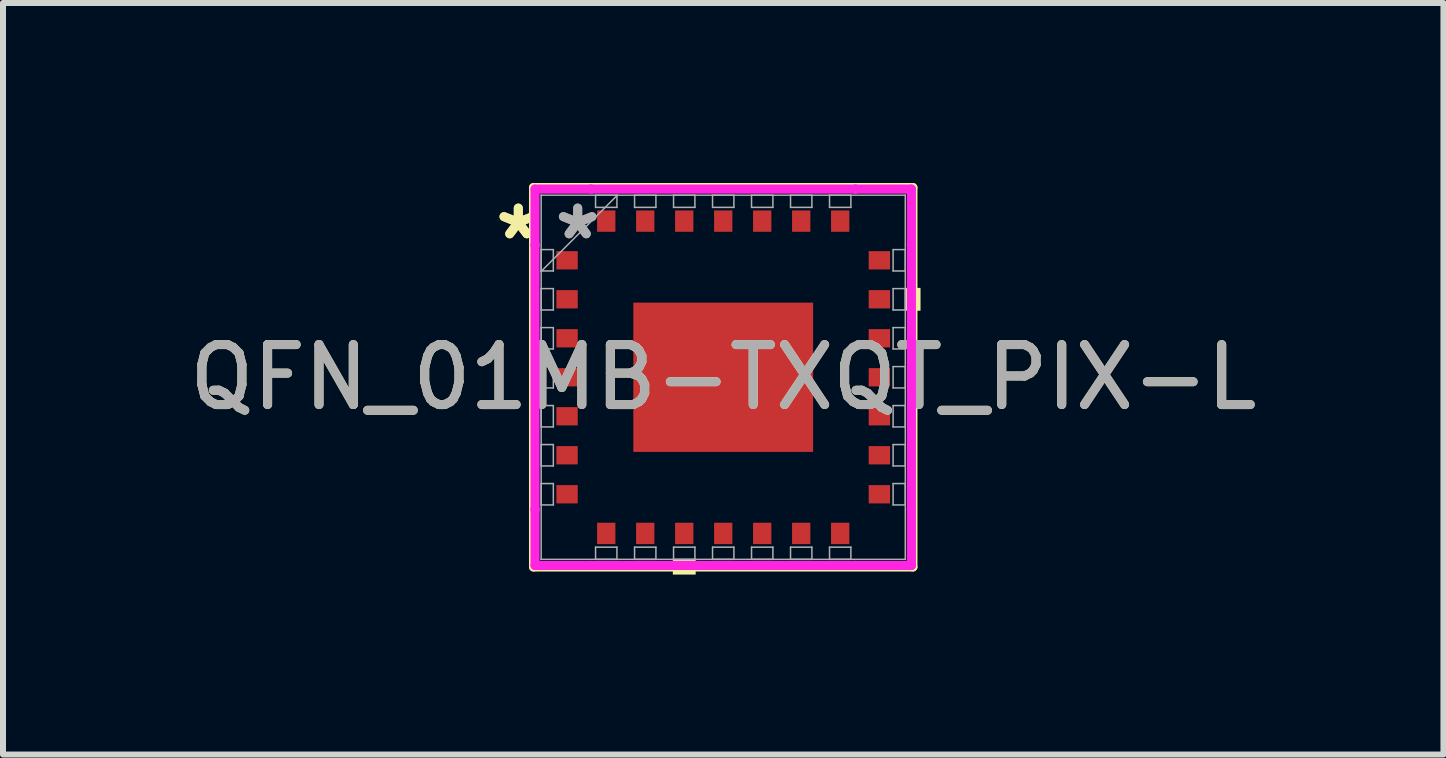
<source format=kicad_pcb>
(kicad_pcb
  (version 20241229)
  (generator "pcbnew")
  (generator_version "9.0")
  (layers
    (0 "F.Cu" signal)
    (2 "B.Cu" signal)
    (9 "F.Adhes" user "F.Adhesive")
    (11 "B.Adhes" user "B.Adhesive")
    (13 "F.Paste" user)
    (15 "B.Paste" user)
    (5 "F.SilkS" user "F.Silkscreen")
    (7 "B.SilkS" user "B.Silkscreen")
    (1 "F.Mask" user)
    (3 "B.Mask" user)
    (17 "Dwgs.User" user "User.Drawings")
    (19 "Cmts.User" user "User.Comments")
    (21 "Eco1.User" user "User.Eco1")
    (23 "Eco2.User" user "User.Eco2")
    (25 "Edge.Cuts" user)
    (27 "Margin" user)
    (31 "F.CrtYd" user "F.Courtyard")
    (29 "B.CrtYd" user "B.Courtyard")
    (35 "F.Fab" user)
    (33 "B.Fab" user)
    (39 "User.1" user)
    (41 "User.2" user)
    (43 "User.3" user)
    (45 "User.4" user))
  (footprint "QFN_01MB-TXQT_PIX-L"
    (layer "F.Cu")
    (at 9.006 3.239)
    (property "Reference" "QFN_01MB-TXQT_PIX-L" (at 0 0 0) (unlocked yes) (layer "F.SilkS") (effects (font (size 1 1) (thickness 0.15))))
    (attr smd)
    (fp_line (start -3.162 -3.162) (end -3.162 3.162) (stroke (width 0.152) (type solid)) (layer "F.SilkS"))
    (fp_line (start -3.162 3.162) (end 3.162 3.162) (stroke (width 0.152) (type solid)) (layer "F.SilkS"))
    (fp_line (start 3.162 -3.162) (end -3.162 -3.162) (stroke (width 0.152) (type solid)) (layer "F.SilkS"))
    (fp_line (start 3.162 3.162) (end 3.162 -3.162) (stroke (width 0.152) (type solid)) (layer "F.SilkS"))
    (fp_poly (pts (xy -0.84 3.035) (xy -0.84 3.289) (xy -0.459 3.289) (xy -0.459 3.035)) (stroke (width 0) (type solid)) (fill yes) (layer "F.SilkS"))
    (fp_poly (pts (xy 3.289 -1.49) (xy 3.289 -1.109) (xy 3.035 -1.109) (xy 3.035 -1.49)) (stroke (width 0) (type solid)) (fill yes) (layer "F.SilkS"))
    (fp_line (start -3.137 -3.137) (end -2.204 -3.137) (stroke (width 0.152) (type solid)) (layer "F.CrtYd"))
    (fp_line (start -3.137 -2.204) (end -3.137 -3.137) (stroke (width 0.152) (type solid)) (layer "F.CrtYd"))
    (fp_line (start -3.137 -2.204) (end -3.137 -2.204) (stroke (width 0.152) (type solid)) (layer "F.CrtYd"))
    (fp_line (start -3.137 2.204) (end -3.137 -2.204) (stroke (width 0.152) (type solid)) (layer "F.CrtYd"))
    (fp_line (start -3.137 2.204) (end -3.137 2.204) (stroke (width 0.152) (type solid)) (layer "F.CrtYd"))
    (fp_line (start -3.137 3.137) (end -3.137 2.204) (stroke (width 0.152) (type solid)) (layer "F.CrtYd"))
    (fp_line (start -2.204 -3.137) (end -2.204 -3.137) (stroke (width 0.152) (type solid)) (layer "F.CrtYd"))
    (fp_line (start -2.204 -3.137) (end 2.204 -3.137) (stroke (width 0.152) (type solid)) (layer "F.CrtYd"))
    (fp_line (start -2.204 3.137) (end -3.137 3.137) (stroke (width 0.152) (type solid)) (layer "F.CrtYd"))
    (fp_line (start -2.204 3.137) (end -2.204 3.137) (stroke (width 0.152) (type solid)) (layer "F.CrtYd"))
    (fp_line (start 2.204 -3.137) (end 2.204 -3.137) (stroke (width 0.152) (type solid)) (layer "F.CrtYd"))
    (fp_line (start 2.204 -3.137) (end 3.137 -3.137) (stroke (width 0.152) (type solid)) (layer "F.CrtYd"))
    (fp_line (start 2.204 3.137) (end -2.204 3.137) (stroke (width 0.152) (type solid)) (layer "F.CrtYd"))
    (fp_line (start 2.204 3.137) (end 2.204 3.137) (stroke (width 0.152) (type solid)) (layer "F.CrtYd"))
    (fp_line (start 3.137 -3.137) (end 3.137 -2.204) (stroke (width 0.152) (type solid)) (layer "F.CrtYd"))
    (fp_line (start 3.137 -2.204) (end 3.137 -2.204) (stroke (width 0.152) (type solid)) (layer "F.CrtYd"))
    (fp_line (start 3.137 -2.204) (end 3.137 2.204) (stroke (width 0.152) (type solid)) (layer "F.CrtYd"))
    (fp_line (start 3.137 2.204) (end 3.137 2.204) (stroke (width 0.152) (type solid)) (layer "F.CrtYd"))
    (fp_line (start 3.137 2.204) (end 3.137 3.137) (stroke (width 0.152) (type solid)) (layer "F.CrtYd"))
    (fp_line (start 3.137 3.137) (end 2.204 3.137) (stroke (width 0.152) (type solid)) (layer "F.CrtYd"))
    (fp_line (start -3.035 -3.035) (end -3.035 -3.035) (stroke (width 0.025) (type solid)) (layer "F.Fab"))
    (fp_line (start -3.035 -3.035) (end -3.035 3.035) (stroke (width 0.025) (type solid)) (layer "F.Fab"))
    (fp_line (start -3.035 -2.128) (end -2.832 -2.128) (stroke (width 0.025) (type solid)) (layer "F.Fab"))
    (fp_line (start -3.035 -1.772) (end -3.035 -2.128) (stroke (width 0.025) (type solid)) (layer "F.Fab"))
    (fp_line (start -3.035 -1.765) (end -1.765 -3.035) (stroke (width 0.025) (type solid)) (layer "F.Fab"))
    (fp_line (start -3.035 -1.478) (end -2.832 -1.478) (stroke (width 0.025) (type solid)) (layer "F.Fab"))
    (fp_line (start -3.035 -1.122) (end -3.035 -1.478) (stroke (width 0.025) (type solid)) (layer "F.Fab"))
    (fp_line (start -3.035 -0.828) (end -2.832 -0.828) (stroke (width 0.025) (type solid)) (layer "F.Fab"))
    (fp_line (start -3.035 -0.472) (end -3.035 -0.828) (stroke (width 0.025) (type solid)) (layer "F.Fab"))
    (fp_line (start -3.035 -0.178) (end -2.832 -0.178) (stroke (width 0.025) (type solid)) (layer "F.Fab"))
    (fp_line (start -3.035 0.178) (end -3.035 -0.178) (stroke (width 0.025) (type solid)) (layer "F.Fab"))
    (fp_line (start -3.035 0.472) (end -2.832 0.472) (stroke (width 0.025) (type solid)) (layer "F.Fab"))
    (fp_line (start -3.035 0.828) (end -3.035 0.472) (stroke (width 0.025) (type solid)) (layer "F.Fab"))
    (fp_line (start -3.035 1.122) (end -2.832 1.122) (stroke (width 0.025) (type solid)) (layer "F.Fab"))
    (fp_line (start -3.035 1.478) (end -3.035 1.122) (stroke (width 0.025) (type solid)) (layer "F.Fab"))
    (fp_line (start -3.035 1.772) (end -2.832 1.772) (stroke (width 0.025) (type solid)) (layer "F.Fab"))
    (fp_line (start -3.035 2.128) (end -3.035 1.772) (stroke (width 0.025) (type solid)) (layer "F.Fab"))
    (fp_line (start -3.035 3.035) (end -3.035 3.035) (stroke (width 0.025) (type solid)) (layer "F.Fab"))
    (fp_line (start -3.035 3.035) (end 3.035 3.035) (stroke (width 0.025) (type solid)) (layer "F.Fab"))
    (fp_line (start -2.832 -2.128) (end -2.832 -1.772) (stroke (width 0.025) (type solid)) (layer "F.Fab"))
    (fp_line (start -2.832 -1.772) (end -3.035 -1.772) (stroke (width 0.025) (type solid)) (layer "F.Fab"))
    (fp_line (start -2.832 -1.478) (end -2.832 -1.122) (stroke (width 0.025) (type solid)) (layer "F.Fab"))
    (fp_line (start -2.832 -1.122) (end -3.035 -1.122) (stroke (width 0.025) (type solid)) (layer "F.Fab"))
    (fp_line (start -2.832 -0.828) (end -2.832 -0.472) (stroke (width 0.025) (type solid)) (layer "F.Fab"))
    (fp_line (start -2.832 -0.472) (end -3.035 -0.472) (stroke (width 0.025) (type solid)) (layer "F.Fab"))
    (fp_line (start -2.832 -0.178) (end -2.832 0.178) (stroke (width 0.025) (type solid)) (layer "F.Fab"))
    (fp_line (start -2.832 0.178) (end -3.035 0.178) (stroke (width 0.025) (type solid)) (layer "F.Fab"))
    (fp_line (start -2.832 0.472) (end -2.832 0.828) (stroke (width 0.025) (type solid)) (layer "F.Fab"))
    (fp_line (start -2.832 0.828) (end -3.035 0.828) (stroke (width 0.025) (type solid)) (layer "F.Fab"))
    (fp_line (start -2.832 1.122) (end -2.832 1.478) (stroke (width 0.025) (type solid)) (layer "F.Fab"))
    (fp_line (start -2.832 1.478) (end -3.035 1.478) (stroke (width 0.025) (type solid)) (layer "F.Fab"))
    (fp_line (start -2.832 1.772) (end -2.832 2.128) (stroke (width 0.025) (type solid)) (layer "F.Fab"))
    (fp_line (start -2.832 2.128) (end -3.035 2.128) (stroke (width 0.025) (type solid)) (layer "F.Fab"))
    (fp_line (start -2.128 -3.035) (end -1.772 -3.035) (stroke (width 0.025) (type solid)) (layer "F.Fab"))
    (fp_line (start -2.128 -2.832) (end -2.128 -3.035) (stroke (width 0.025) (type solid)) (layer "F.Fab"))
    (fp_line (start -2.128 2.832) (end -1.772 2.832) (stroke (width 0.025) (type solid)) (layer "F.Fab"))
    (fp_line (start -2.128 3.035) (end -2.128 2.832) (stroke (width 0.025) (type solid)) (layer "F.Fab"))
    (fp_line (start -1.772 -3.035) (end -1.772 -2.832) (stroke (width 0.025) (type solid)) (layer "F.Fab"))
    (fp_line (start -1.772 -2.832) (end -2.128 -2.832) (stroke (width 0.025) (type solid)) (layer "F.Fab"))
    (fp_line (start -1.772 2.832) (end -1.772 3.035) (stroke (width 0.025) (type solid)) (layer "F.Fab"))
    (fp_line (start -1.772 3.035) (end -2.128 3.035) (stroke (width 0.025) (type solid)) (layer "F.Fab"))
    (fp_line (start -1.478 -3.035) (end -1.122 -3.035) (stroke (width 0.025) (type solid)) (layer "F.Fab"))
    (fp_line (start -1.478 -2.832) (end -1.478 -3.035) (stroke (width 0.025) (type solid)) (layer "F.Fab"))
    (fp_line (start -1.478 2.832) (end -1.122 2.832) (stroke (width 0.025) (type solid)) (layer "F.Fab"))
    (fp_line (start -1.478 3.035) (end -1.478 2.832) (stroke (width 0.025) (type solid)) (layer "F.Fab"))
    (fp_line (start -1.122 -3.035) (end -1.122 -2.832) (stroke (width 0.025) (type solid)) (layer "F.Fab"))
    (fp_line (start -1.122 -2.832) (end -1.478 -2.832) (stroke (width 0.025) (type solid)) (layer "F.Fab"))
    (fp_line (start -1.122 2.832) (end -1.122 3.035) (stroke (width 0.025) (type solid)) (layer "F.Fab"))
    (fp_line (start -1.122 3.035) (end -1.478 3.035) (stroke (width 0.025) (type solid)) (layer "F.Fab"))
    (fp_line (start -0.828 -3.035) (end -0.472 -3.035) (stroke (width 0.025) (type solid)) (layer "F.Fab"))
    (fp_line (start -0.828 -2.832) (end -0.828 -3.035) (stroke (width 0.025) (type solid)) (layer "F.Fab"))
    (fp_line (start -0.828 2.832) (end -0.472 2.832) (stroke (width 0.025) (type solid)) (layer "F.Fab"))
    (fp_line (start -0.828 3.035) (end -0.828 2.832) (stroke (width 0.025) (type solid)) (layer "F.Fab"))
    (fp_line (start -0.472 -3.035) (end -0.472 -2.832) (stroke (width 0.025) (type solid)) (layer "F.Fab"))
    (fp_line (start -0.472 -2.832) (end -0.828 -2.832) (stroke (width 0.025) (type solid)) (layer "F.Fab"))
    (fp_line (start -0.472 2.832) (end -0.472 3.035) (stroke (width 0.025) (type solid)) (layer "F.Fab"))
    (fp_line (start -0.472 3.035) (end -0.828 3.035) (stroke (width 0.025) (type solid)) (layer "F.Fab"))
    (fp_line (start -0.178 -3.035) (end 0.178 -3.035) (stroke (width 0.025) (type solid)) (layer "F.Fab"))
    (fp_line (start -0.178 -2.832) (end -0.178 -3.035) (stroke (width 0.025) (type solid)) (layer "F.Fab"))
    (fp_line (start -0.178 2.832) (end 0.178 2.832) (stroke (width 0.025) (type solid)) (layer "F.Fab"))
    (fp_line (start -0.178 3.035) (end -0.178 2.832) (stroke (width 0.025) (type solid)) (layer "F.Fab"))
    (fp_line (start 0.178 -3.035) (end 0.178 -2.832) (stroke (width 0.025) (type solid)) (layer "F.Fab"))
    (fp_line (start 0.178 -2.832) (end -0.178 -2.832) (stroke (width 0.025) (type solid)) (layer "F.Fab"))
    (fp_line (start 0.178 2.832) (end 0.178 3.035) (stroke (width 0.025) (type solid)) (layer "F.Fab"))
    (fp_line (start 0.178 3.035) (end -0.178 3.035) (stroke (width 0.025) (type solid)) (layer "F.Fab"))
    (fp_line (start 0.472 -3.035) (end 0.828 -3.035) (stroke (width 0.025) (type solid)) (layer "F.Fab"))
    (fp_line (start 0.472 -2.832) (end 0.472 -3.035) (stroke (width 0.025) (type solid)) (layer "F.Fab"))
    (fp_line (start 0.472 2.832) (end 0.828 2.832) (stroke (width 0.025) (type solid)) (layer "F.Fab"))
    (fp_line (start 0.472 3.035) (end 0.472 2.832) (stroke (width 0.025) (type solid)) (layer "F.Fab"))
    (fp_line (start 0.828 -3.035) (end 0.828 -2.832) (stroke (width 0.025) (type solid)) (layer "F.Fab"))
    (fp_line (start 0.828 -2.832) (end 0.472 -2.832) (stroke (width 0.025) (type solid)) (layer "F.Fab"))
    (fp_line (start 0.828 2.832) (end 0.828 3.035) (stroke (width 0.025) (type solid)) (layer "F.Fab"))
    (fp_line (start 0.828 3.035) (end 0.472 3.035) (stroke (width 0.025) (type solid)) (layer "F.Fab"))
    (fp_line (start 1.122 -3.035) (end 1.478 -3.035) (stroke (width 0.025) (type solid)) (layer "F.Fab"))
    (fp_line (start 1.122 -2.832) (end 1.122 -3.035) (stroke (width 0.025) (type solid)) (layer "F.Fab"))
    (fp_line (start 1.122 2.832) (end 1.478 2.832) (stroke (width 0.025) (type solid)) (layer "F.Fab"))
    (fp_line (start 1.122 3.035) (end 1.122 2.832) (stroke (width 0.025) (type solid)) (layer "F.Fab"))
    (fp_line (start 1.478 -3.035) (end 1.478 -2.832) (stroke (width 0.025) (type solid)) (layer "F.Fab"))
    (fp_line (start 1.478 -2.832) (end 1.122 -2.832) (stroke (width 0.025) (type solid)) (layer "F.Fab"))
    (fp_line (start 1.478 2.832) (end 1.478 3.035) (stroke (width 0.025) (type solid)) (layer "F.Fab"))
    (fp_line (start 1.478 3.035) (end 1.122 3.035) (stroke (width 0.025) (type solid)) (layer "F.Fab"))
    (fp_line (start 1.772 -3.035) (end 2.128 -3.035) (stroke (width 0.025) (type solid)) (layer "F.Fab"))
    (fp_line (start 1.772 -2.832) (end 1.772 -3.035) (stroke (width 0.025) (type solid)) (layer "F.Fab"))
    (fp_line (start 1.772 2.832) (end 2.128 2.832) (stroke (width 0.025) (type solid)) (layer "F.Fab"))
    (fp_line (start 1.772 3.035) (end 1.772 2.832) (stroke (width 0.025) (type solid)) (layer "F.Fab"))
    (fp_line (start 2.128 -3.035) (end 2.128 -2.832) (stroke (width 0.025) (type solid)) (layer "F.Fab"))
    (fp_line (start 2.128 -2.832) (end 1.772 -2.832) (stroke (width 0.025) (type solid)) (layer "F.Fab"))
    (fp_line (start 2.128 2.832) (end 2.128 3.035) (stroke (width 0.025) (type solid)) (layer "F.Fab"))
    (fp_line (start 2.128 3.035) (end 1.772 3.035) (stroke (width 0.025) (type solid)) (layer "F.Fab"))
    (fp_line (start 2.832 -2.128) (end 3.035 -2.128) (stroke (width 0.025) (type solid)) (layer "F.Fab"))
    (fp_line (start 2.832 -1.772) (end 2.832 -2.128) (stroke (width 0.025) (type solid)) (layer "F.Fab"))
    (fp_line (start 2.832 -1.478) (end 3.035 -1.478) (stroke (width 0.025) (type solid)) (layer "F.Fab"))
    (fp_line (start 2.832 -1.122) (end 2.832 -1.478) (stroke (width 0.025) (type solid)) (layer "F.Fab"))
    (fp_line (start 2.832 -0.828) (end 3.035 -0.828) (stroke (width 0.025) (type solid)) (layer "F.Fab"))
    (fp_line (start 2.832 -0.472) (end 2.832 -0.828) (stroke (width 0.025) (type solid)) (layer "F.Fab"))
    (fp_line (start 2.832 -0.178) (end 3.035 -0.178) (stroke (width 0.025) (type solid)) (layer "F.Fab"))
    (fp_line (start 2.832 0.178) (end 2.832 -0.178) (stroke (width 0.025) (type solid)) (layer "F.Fab"))
    (fp_line (start 2.832 0.472) (end 3.035 0.472) (stroke (width 0.025) (type solid)) (layer "F.Fab"))
    (fp_line (start 2.832 0.828) (end 2.832 0.472) (stroke (width 0.025) (type solid)) (layer "F.Fab"))
    (fp_line (start 2.832 1.122) (end 3.035 1.122) (stroke (width 0.025) (type solid)) (layer "F.Fab"))
    (fp_line (start 2.832 1.478) (end 2.832 1.122) (stroke (width 0.025) (type solid)) (layer "F.Fab"))
    (fp_line (start 2.832 1.772) (end 3.035 1.772) (stroke (width 0.025) (type solid)) (layer "F.Fab"))
    (fp_line (start 2.832 2.128) (end 2.832 1.772) (stroke (width 0.025) (type solid)) (layer "F.Fab"))
    (fp_line (start 3.035 -3.035) (end -3.035 -3.035) (stroke (width 0.025) (type solid)) (layer "F.Fab"))
    (fp_line (start 3.035 -3.035) (end 3.035 -3.035) (stroke (width 0.025) (type solid)) (layer "F.Fab"))
    (fp_line (start 3.035 -2.128) (end 3.035 -1.772) (stroke (width 0.025) (type solid)) (layer "F.Fab"))
    (fp_line (start 3.035 -1.772) (end 2.832 -1.772) (stroke (width 0.025) (type solid)) (layer "F.Fab"))
    (fp_line (start 3.035 -1.478) (end 3.035 -1.122) (stroke (width 0.025) (type solid)) (layer "F.Fab"))
    (fp_line (start 3.035 -1.122) (end 2.832 -1.122) (stroke (width 0.025) (type solid)) (layer "F.Fab"))
    (fp_line (start 3.035 -0.828) (end 3.035 -0.472) (stroke (width 0.025) (type solid)) (layer "F.Fab"))
    (fp_line (start 3.035 -0.472) (end 2.832 -0.472) (stroke (width 0.025) (type solid)) (layer "F.Fab"))
    (fp_line (start 3.035 -0.178) (end 3.035 0.178) (stroke (width 0.025) (type solid)) (layer "F.Fab"))
    (fp_line (start 3.035 0.178) (end 2.832 0.178) (stroke (width 0.025) (type solid)) (layer "F.Fab"))
    (fp_line (start 3.035 0.472) (end 3.035 0.828) (stroke (width 0.025) (type solid)) (layer "F.Fab"))
    (fp_line (start 3.035 0.828) (end 2.832 0.828) (stroke (width 0.025) (type solid)) (layer "F.Fab"))
    (fp_line (start 3.035 1.122) (end 3.035 1.478) (stroke (width 0.025) (type solid)) (layer "F.Fab"))
    (fp_line (start 3.035 1.478) (end 2.832 1.478) (stroke (width 0.025) (type solid)) (layer "F.Fab"))
    (fp_line (start 3.035 1.772) (end 3.035 2.128) (stroke (width 0.025) (type solid)) (layer "F.Fab"))
    (fp_line (start 3.035 2.128) (end 2.832 2.128) (stroke (width 0.025) (type solid)) (layer "F.Fab"))
    (fp_line (start 3.035 3.035) (end 3.035 -3.035) (stroke (width 0.025) (type solid)) (layer "F.Fab"))
    (fp_line (start 3.035 3.035) (end 3.035 3.035) (stroke (width 0.025) (type solid)) (layer "F.Fab"))
    (fp_text user "*" (at -3.416 -2.275 0) (unlocked yes) (layer "F.SilkS") (effects (font (size 1 1) (thickness 0.15))))
    (fp_text user "*" (at -3.416 -2.275 0) (layer "F.SilkS") (effects (font (size 1 1) (thickness 0.15))))
    (fp_text user "*" (at -2.426 -2.275 0) (layer "F.Fab") (effects (font (size 1 1) (thickness 0.15))))
    (fp_text user "*" (at -2.426 -2.275 0) (unlocked yes) (layer "F.Fab") (effects (font (size 1 1) (thickness 0.15))))
    (fp_text user "${REFERENCE}" (at 0 0 0) (unlocked yes) (layer "F.Fab") (effects (font (size 1 1) (thickness 0.15))))
    (pad "1" smd rect (at -2.603 -1.95 90) (size 0.305 0.356) (layers "F.Cu" "F.Mask" "F.Paste"))
    (pad "2" smd rect (at -2.603 -1.3 90) (size 0.305 0.356) (layers "F.Cu" "F.Mask" "F.Paste"))
    (pad "3" smd rect (at -2.603 -0.65 90) (size 0.305 0.356) (layers "F.Cu" "F.Mask" "F.Paste"))
    (pad "4" smd rect (at -2.603 0 90) (size 0.305 0.356) (layers "F.Cu" "F.Mask" "F.Paste"))
    (pad "5" smd rect (at -2.603 0.65 90) (size 0.305 0.356) (layers "F.Cu" "F.Mask" "F.Paste"))
    (pad "6" smd rect (at -2.603 1.3 90) (size 0.305 0.356) (layers "F.Cu" "F.Mask" "F.Paste"))
    (pad "7" smd rect (at -2.603 1.95 90) (size 0.305 0.356) (layers "F.Cu" "F.Mask" "F.Paste"))
    (pad "8" smd rect (at -1.95 2.603) (size 0.305 0.356) (layers "F.Cu" "F.Mask" "F.Paste"))
    (pad "9" smd rect (at -1.3 2.603) (size 0.305 0.356) (layers "F.Cu" "F.Mask" "F.Paste"))
    (pad "10" smd rect (at -0.65 2.603) (size 0.305 0.356) (layers "F.Cu" "F.Mask" "F.Paste"))
    (pad "11" smd rect (at 0 2.603) (size 0.305 0.356) (layers "F.Cu" "F.Mask" "F.Paste"))
    (pad "12" smd rect (at 0.65 2.603) (size 0.305 0.356) (layers "F.Cu" "F.Mask" "F.Paste"))
    (pad "13" smd rect (at 1.3 2.603) (size 0.305 0.356) (layers "F.Cu" "F.Mask" "F.Paste"))
    (pad "14" smd rect (at 1.95 2.603) (size 0.305 0.356) (layers "F.Cu" "F.Mask" "F.Paste"))
    (pad "15" smd rect (at 2.603 1.95 90) (size 0.305 0.356) (layers "F.Cu" "F.Mask" "F.Paste"))
    (pad "16" smd rect (at 2.603 1.3 90) (size 0.305 0.356) (layers "F.Cu" "F.Mask" "F.Paste"))
    (pad "17" smd rect (at 2.603 0.65 90) (size 0.305 0.356) (layers "F.Cu" "F.Mask" "F.Paste"))
    (pad "18" smd rect (at 2.603 0 90) (size 0.305 0.356) (layers "F.Cu" "F.Mask" "F.Paste"))
    (pad "19" smd rect (at 2.603 -0.65 90) (size 0.305 0.356) (layers "F.Cu" "F.Mask" "F.Paste"))
    (pad "20" smd rect (at 2.603 -1.3 90) (size 0.305 0.356) (layers "F.Cu" "F.Mask" "F.Paste"))
    (pad "21" smd rect (at 2.603 -1.95 90) (size 0.305 0.356) (layers "F.Cu" "F.Mask" "F.Paste"))
    (pad "22" smd rect (at 1.95 -2.603) (size 0.305 0.356) (layers "F.Cu" "F.Mask" "F.Paste"))
    (pad "23" smd rect (at 1.3 -2.603) (size 0.305 0.356) (layers "F.Cu" "F.Mask" "F.Paste"))
    (pad "24" smd rect (at 0.65 -2.603) (size 0.305 0.356) (layers "F.Cu" "F.Mask" "F.Paste"))
    (pad "25" smd rect (at 0 -2.603) (size 0.305 0.356) (layers "F.Cu" "F.Mask" "F.Paste"))
    (pad "26" smd rect (at -0.65 -2.603) (size 0.305 0.356) (layers "F.Cu" "F.Mask" "F.Paste"))
    (pad "27" smd rect (at -1.3 -2.603) (size 0.305 0.356) (layers "F.Cu" "F.Mask" "F.Paste"))
    (pad "28" smd rect (at -1.95 -2.603) (size 0.305 0.356) (layers "F.Cu" "F.Mask" "F.Paste"))
    (pad "29" smd rect (at 0 0) (size 2.997 2.489) (layers "F.Cu" "F.Mask" "F.Paste")))
  (gr_rect
    (start -3 -3)
    (end 21.012 9.528)
    (stroke (width 0.1) (type default))
    (fill no)
    (layer "Edge.Cuts")))
</source>
